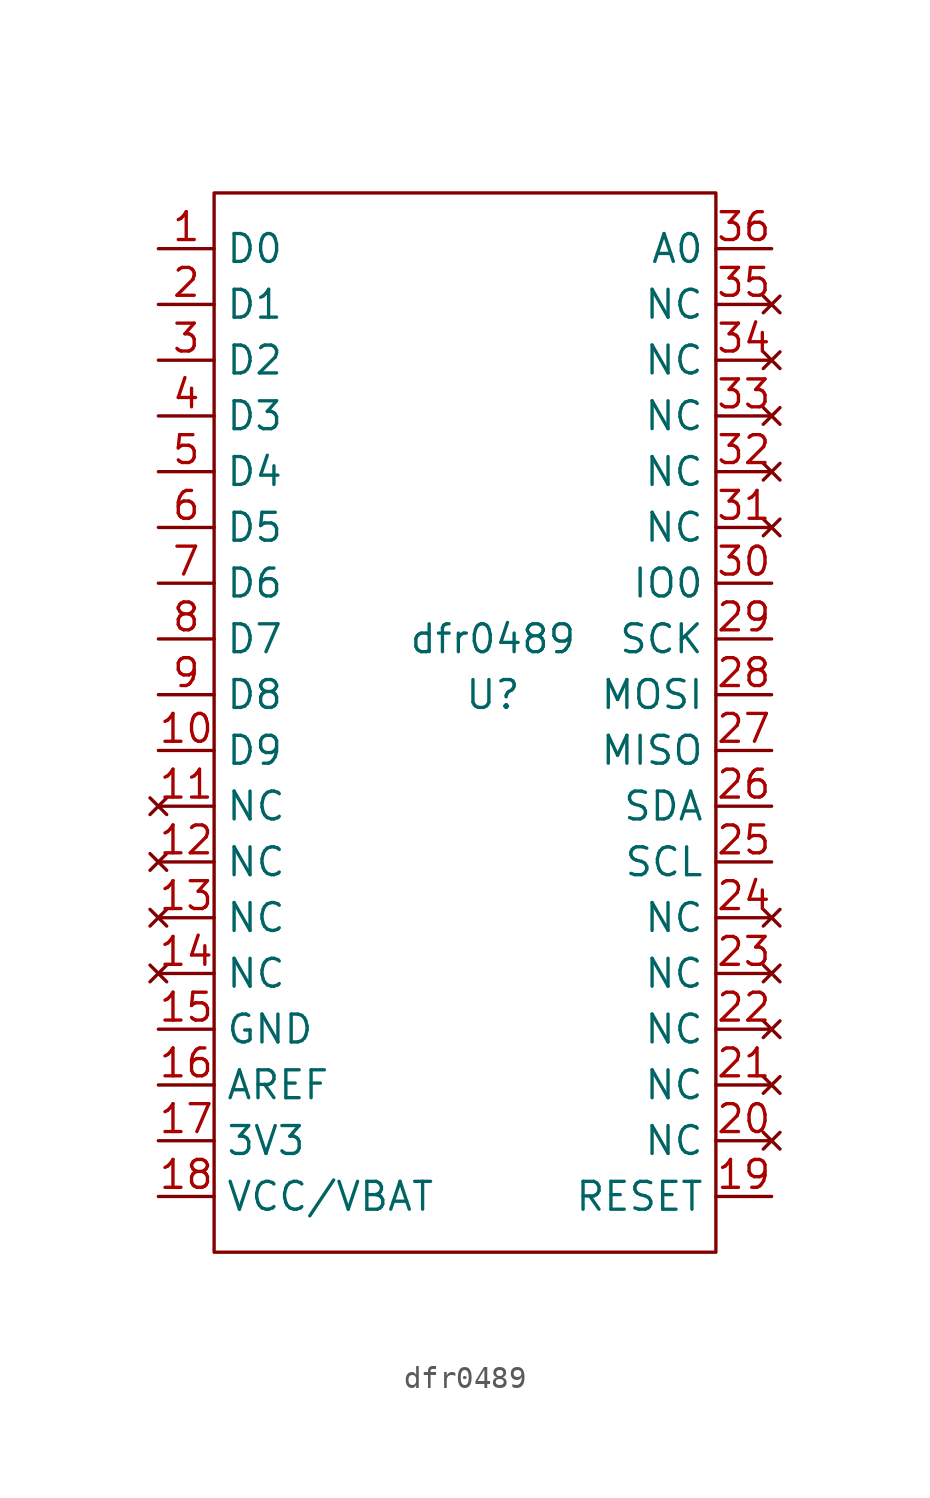
<source format=kicad_sym>
(kicad_symbol_lib
  (version 20211014)
  (generator kicad_symbol_editor)
  (symbol "dfr0489"
    (property "Reference" "U"
      (at 0 0 0)
      (effects (font (size 1.27 1.27))))
    (property "Value" "dfr0489"
      (at 0 2.54 0)
      (effects (font (size 1.27 1.27))))
    (symbol "dfr0489_0_1"
      (rectangle (start -12.7 22.86) (end 10.16 -25.4) (stroke (width 0) (type default) (color 0 0 0 0)) (fill (type none))))
    (symbol "dfr0489_1_1"
      (pin bidirectional line (at -15.24 20.32 0) (length 2.54) (name "D0" (effects (font (size 1.27 1.27)))) (number "1" (effects (font (size 1.27 1.27)))))
      (pin bidirectional line (at -15.24 -2.54 0) (length 2.54) (name "D9" (effects (font (size 1.27 1.27)))) (number "10" (effects (font (size 1.27 1.27)))))
      (pin no_connect line (at -15.24 -5.08 0) (length 2.54) (name "NC" (effects (font (size 1.27 1.27)))) (number "11" (effects (font (size 1.27 1.27)))))
      (pin no_connect line (at -15.24 -7.62 0) (length 2.54) (name "NC" (effects (font (size 1.27 1.27)))) (number "12" (effects (font (size 1.27 1.27)))))
      (pin no_connect line (at -15.24 -10.16 0) (length 2.54) (name "NC" (effects (font (size 1.27 1.27)))) (number "13" (effects (font (size 1.27 1.27)))))
      (pin no_connect line (at -15.24 -12.7 0) (length 2.54) (name "NC" (effects (font (size 1.27 1.27)))) (number "14" (effects (font (size 1.27 1.27)))))
      (pin power_in line (at -15.24 -15.24 0) (length 2.54) (name "GND" (effects (font (size 1.27 1.27)))) (number "15" (effects (font (size 1.27 1.27)))))
      (pin input line (at -15.24 -17.78 0) (length 2.54) (name "AREF" (effects (font (size 1.27 1.27)))) (number "16" (effects (font (size 1.27 1.27)))))
      (pin power_out line (at -15.24 -20.32 0) (length 2.54) (name "3V3" (effects (font (size 1.27 1.27)))) (number "17" (effects (font (size 1.27 1.27)))))
      (pin power_out line (at -15.24 -22.86 0) (length 2.54) (name "VCC/VBAT" (effects (font (size 1.27 1.27)))) (number "18" (effects (font (size 1.27 1.27)))))
      (pin bidirectional line (at 12.7 -22.86 180) (length 2.54) (name "RESET" (effects (font (size 1.27 1.27)))) (number "19" (effects (font (size 1.27 1.27)))))
      (pin bidirectional line (at -15.24 17.78 0) (length 2.54) (name "D1" (effects (font (size 1.27 1.27)))) (number "2" (effects (font (size 1.27 1.27)))))
      (pin no_connect line (at 12.7 -20.32 180) (length 2.54) (name "NC" (effects (font (size 1.27 1.27)))) (number "20" (effects (font (size 1.27 1.27)))))
      (pin no_connect line (at 12.7 -17.78 180) (length 2.54) (name "NC" (effects (font (size 1.27 1.27)))) (number "21" (effects (font (size 1.27 1.27)))))
      (pin no_connect line (at 12.7 -15.24 180) (length 2.54) (name "NC" (effects (font (size 1.27 1.27)))) (number "22" (effects (font (size 1.27 1.27)))))
      (pin no_connect line (at 12.7 -12.7 180) (length 2.54) (name "NC" (effects (font (size 1.27 1.27)))) (number "23" (effects (font (size 1.27 1.27)))))
      (pin no_connect line (at 12.7 -10.16 180) (length 2.54) (name "NC" (effects (font (size 1.27 1.27)))) (number "24" (effects (font (size 1.27 1.27)))))
      (pin bidirectional line (at 12.7 -7.62 180) (length 2.54) (name "SCL" (effects (font (size 1.27 1.27)))) (number "25" (effects (font (size 1.27 1.27)))))
      (pin bidirectional line (at 12.7 -5.08 180) (length 2.54) (name "SDA" (effects (font (size 1.27 1.27)))) (number "26" (effects (font (size 1.27 1.27)))))
      (pin bidirectional line (at 12.7 -2.54 180) (length 2.54) (name "MISO" (effects (font (size 1.27 1.27)))) (number "27" (effects (font (size 1.27 1.27)))))
      (pin bidirectional line (at 12.7 0 180) (length 2.54) (name "MOSI" (effects (font (size 1.27 1.27)))) (number "28" (effects (font (size 1.27 1.27)))))
      (pin bidirectional line (at 12.7 2.54 180) (length 2.54) (name "SCK" (effects (font (size 1.27 1.27)))) (number "29" (effects (font (size 1.27 1.27)))))
      (pin bidirectional line (at -15.24 15.24 0) (length 2.54) (name "D2" (effects (font (size 1.27 1.27)))) (number "3" (effects (font (size 1.27 1.27)))))
      (pin bidirectional line (at 12.7 5.08 180) (length 2.54) (name "IO0" (effects (font (size 1.27 1.27)))) (number "30" (effects (font (size 1.27 1.27)))))
      (pin no_connect line (at 12.7 7.62 180) (length 2.54) (name "NC" (effects (font (size 1.27 1.27)))) (number "31" (effects (font (size 1.27 1.27)))))
      (pin no_connect line (at 12.7 10.16 180) (length 2.54) (name "NC" (effects (font (size 1.27 1.27)))) (number "32" (effects (font (size 1.27 1.27)))))
      (pin no_connect line (at 12.7 12.7 180) (length 2.54) (name "NC" (effects (font (size 1.27 1.27)))) (number "33" (effects (font (size 1.27 1.27)))))
      (pin no_connect line (at 12.7 15.24 180) (length 2.54) (name "NC" (effects (font (size 1.27 1.27)))) (number "34" (effects (font (size 1.27 1.27)))))
      (pin no_connect line (at 12.7 17.78 180) (length 2.54) (name "NC" (effects (font (size 1.27 1.27)))) (number "35" (effects (font (size 1.27 1.27)))))
      (pin input line (at 12.7 20.32 180) (length 2.54) (name "A0" (effects (font (size 1.27 1.27)))) (number "36" (effects (font (size 1.27 1.27)))))
      (pin bidirectional line (at -15.24 12.7 0) (length 2.54) (name "D3" (effects (font (size 1.27 1.27)))) (number "4" (effects (font (size 1.27 1.27)))))
      (pin bidirectional line (at -15.24 10.16 0) (length 2.54) (name "D4" (effects (font (size 1.27 1.27)))) (number "5" (effects (font (size 1.27 1.27)))))
      (pin bidirectional line (at -15.24 7.62 0) (length 2.54) (name "D5" (effects (font (size 1.27 1.27)))) (number "6" (effects (font (size 1.27 1.27)))))
      (pin bidirectional line (at -15.24 5.08 0) (length 2.54) (name "D6" (effects (font (size 1.27 1.27)))) (number "7" (effects (font (size 1.27 1.27)))))
      (pin bidirectional line (at -15.24 2.54 0) (length 2.54) (name "D7" (effects (font (size 1.27 1.27)))) (number "8" (effects (font (size 1.27 1.27)))))
      (pin bidirectional line (at -15.24 0 0) (length 2.54) (name "D8" (effects (font (size 1.27 1.27)))) (number "9" (effects (font (size 1.27 1.27))))))))
</source>
